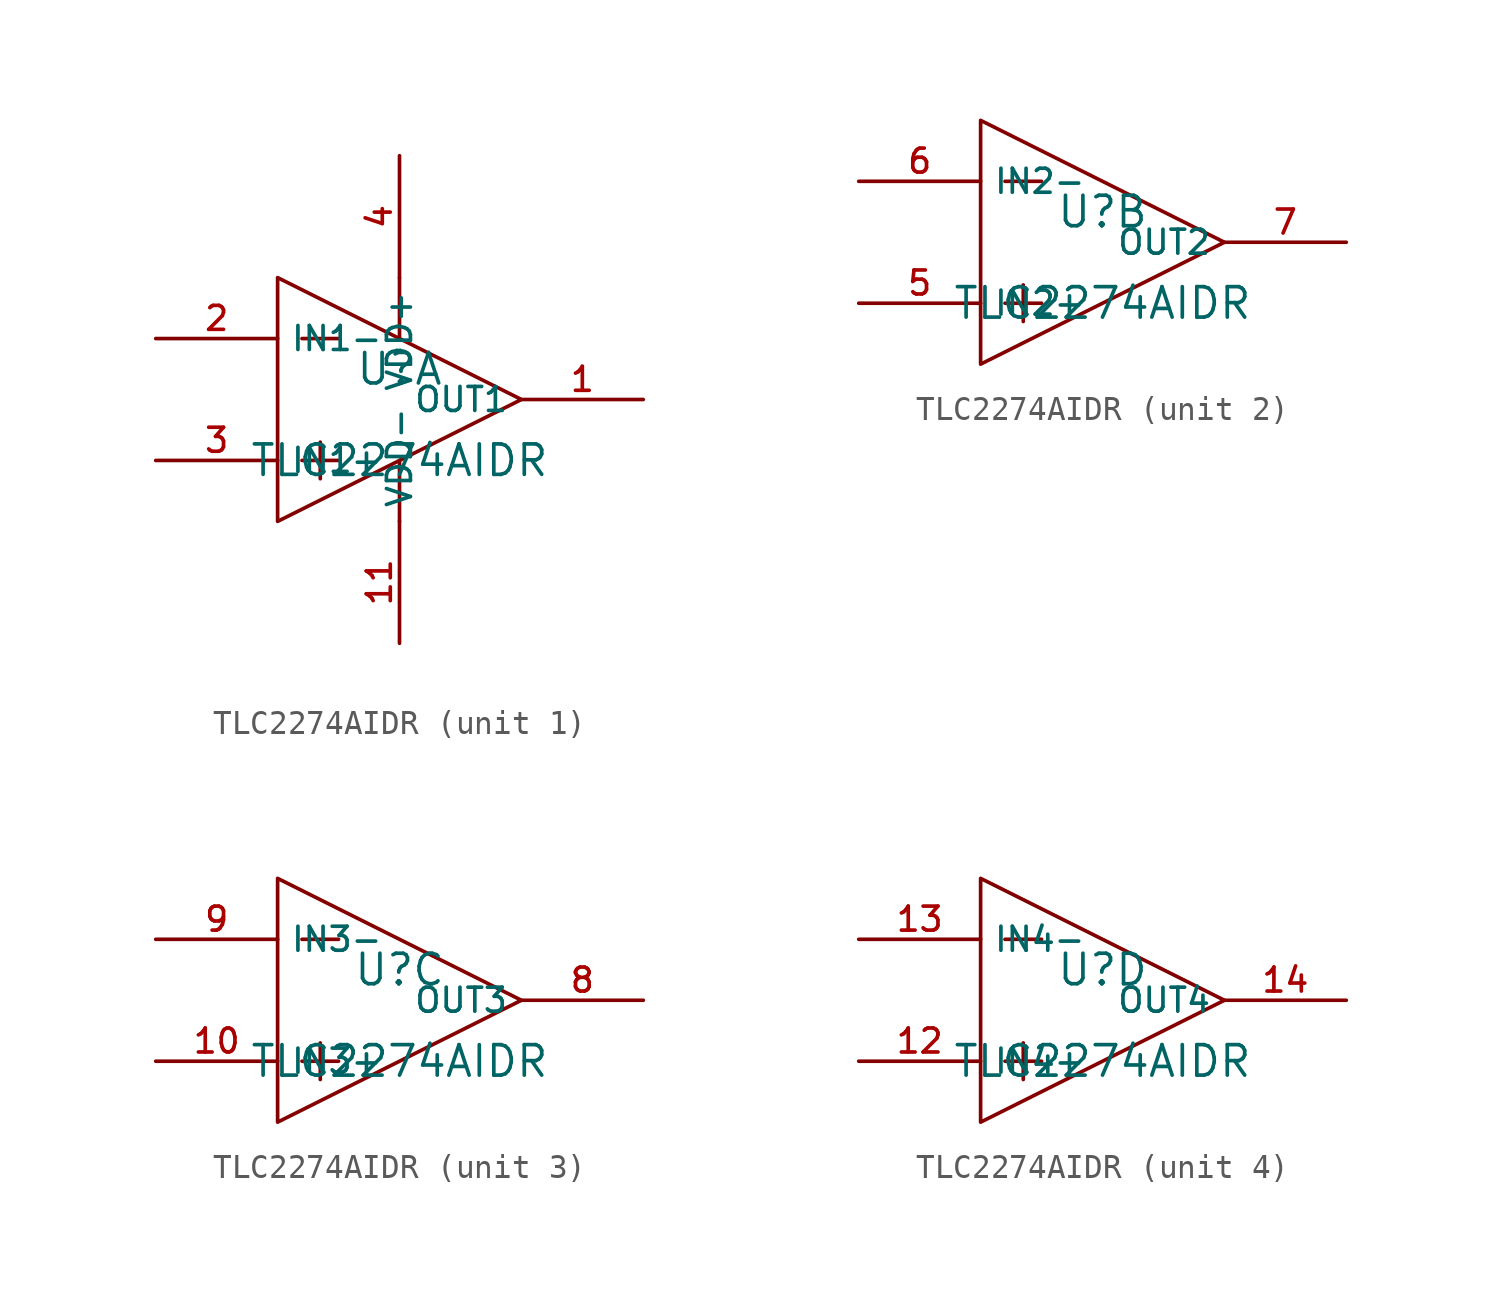
<source format=kicad_sym>
(kicad_symbol_lib
  (version 20210201)
  (generator TousstNicolas/JLC2KiCad_lib)
  (symbol "TLC2274AIDR"
    (property "Reference" "U"
      (at 0 1.27 0)
      (effects (font (size 1.27 1.27))))
    (property "Value" "TLC2274AIDR"
      (at 0 -2.54 0)
      (effects (font (size 1.27 1.27))))
    (symbol "TLC2274AIDR_1_1"
      (polyline (pts (xy -5.08 -5.08) (xy 5.08 -0.0) (xy -5.08 5.08) (xy -5.08 -5.08)) (stroke (width 0) (type default) (color 0 0 0 0)) (fill (type none)))
      (polyline (pts (xy -4.064 2.54) (xy -2.54 2.54)) (stroke (width 0) (type default) (color 0 0 0 0)) (fill (type none)))
      (polyline (pts (xy -4.064 -2.54) (xy -2.54 -2.54)) (stroke (width 0) (type default) (color 0 0 0 0)) (fill (type none)))
      (polyline (pts (xy -3.302 -1.778) (xy -3.302 -3.302)) (stroke (width 0) (type default) (color 0 0 0 0)) (fill (type none)))
      (polyline (pts (xy 0.0 -2.54) (xy 0.0 -5.08)) (stroke (width 0) (type default) (color 0 0 0 0)) (fill (type none)))
      (polyline (pts (xy 0.0 5.08) (xy 0.0 2.54)) (stroke (width 0) (type default) (color 0 0 0 0)) (fill (type none)))
      (pin output line (at 10.16 -0.0 180) (length 5.08) (name "OUT1" (effects (font (size 1 1)))) (number "1" (effects (font (size 1 1)))))
      (pin unspecified line (at -10.16 2.54 0) (length 5.08) (name "IN1-" (effects (font (size 1 1)))) (number "2" (effects (font (size 1 1)))))
      (pin unspecified line (at -10.16 -2.54 0) (length 5.08) (name "IN1+" (effects (font (size 1 1)))) (number "3" (effects (font (size 1 1)))))
      (pin power_in line (at 0.0 10.16 270) (length 5.08) (name "VDD+" (effects (font (size 1 1)))) (number "4" (effects (font (size 1 1)))))
      (pin power_in line (at 0.0 -10.16 90) (length 5.08) (name "VDD-" (effects (font (size 1 1)))) (number "11" (effects (font (size 1 1))))))
    (symbol "TLC2274AIDR_2_1"
      (polyline (pts (xy -5.08 -5.08) (xy 5.08 -0.0) (xy -5.08 5.08) (xy -5.08 -5.08)) (stroke (width 0) (type default) (color 0 0 0 0)) (fill (type none)))
      (polyline (pts (xy -4.064 2.54) (xy -2.54 2.54)) (stroke (width 0) (type default) (color 0 0 0 0)) (fill (type none)))
      (polyline (pts (xy -4.064 -2.54) (xy -2.54 -2.54)) (stroke (width 0) (type default) (color 0 0 0 0)) (fill (type none)))
      (polyline (pts (xy -3.302 -1.778) (xy -3.302 -3.302)) (stroke (width 0) (type default) (color 0 0 0 0)) (fill (type none)))
      (pin unspecified line (at -10.16 -2.54 0) (length 5.08) (name "IN2+" (effects (font (size 1 1)))) (number "5" (effects (font (size 1 1)))))
      (pin unspecified line (at -10.16 2.54 0) (length 5.08) (name "IN2-" (effects (font (size 1 1)))) (number "6" (effects (font (size 1 1)))))
      (pin output line (at 10.16 -0.0 180) (length 5.08) (name "OUT2" (effects (font (size 1 1)))) (number "7" (effects (font (size 1 1))))))
    (symbol "TLC2274AIDR_3_1"
      (polyline (pts (xy -5.08 -5.08) (xy 5.08 -0.0) (xy -5.08 5.08) (xy -5.08 -5.08)) (stroke (width 0) (type default) (color 0 0 0 0)) (fill (type none)))
      (polyline (pts (xy -4.064 2.54) (xy -2.54 2.54)) (stroke (width 0) (type default) (color 0 0 0 0)) (fill (type none)))
      (polyline (pts (xy -4.064 -2.54) (xy -2.54 -2.54)) (stroke (width 0) (type default) (color 0 0 0 0)) (fill (type none)))
      (polyline (pts (xy -3.302 -1.778) (xy -3.302 -3.302)) (stroke (width 0) (type default) (color 0 0 0 0)) (fill (type none)))
      (pin output line (at 10.16 -0.0 180) (length 5.08) (name "OUT3" (effects (font (size 1 1)))) (number "8" (effects (font (size 1 1)))))
      (pin unspecified line (at -10.16 2.54 0) (length 5.08) (name "IN3-" (effects (font (size 1 1)))) (number "9" (effects (font (size 1 1)))))
      (pin unspecified line (at -10.16 -2.54 0) (length 5.08) (name "IN3+" (effects (font (size 1 1)))) (number "10" (effects (font (size 1 1))))))
    (symbol "TLC2274AIDR_4_1"
      (polyline (pts (xy -5.08 -5.08) (xy 5.08 -0.0) (xy -5.08 5.08) (xy -5.08 -5.08)) (stroke (width 0) (type default) (color 0 0 0 0)) (fill (type none)))
      (polyline (pts (xy -4.064 2.54) (xy -2.54 2.54)) (stroke (width 0) (type default) (color 0 0 0 0)) (fill (type none)))
      (polyline (pts (xy -4.064 -2.54) (xy -2.54 -2.54)) (stroke (width 0) (type default) (color 0 0 0 0)) (fill (type none)))
      (polyline (pts (xy -3.302 -1.778) (xy -3.302 -3.302)) (stroke (width 0) (type default) (color 0 0 0 0)) (fill (type none)))
      (pin unspecified line (at -10.16 -2.54 0) (length 5.08) (name "IN4+" (effects (font (size 1 1)))) (number "12" (effects (font (size 1 1)))))
      (pin unspecified line (at -10.16 2.54 0) (length 5.08) (name "IN4-" (effects (font (size 1 1)))) (number "13" (effects (font (size 1 1)))))
      (pin output line (at 10.16 -0.0 180) (length 5.08) (name "OUT4" (effects (font (size 1 1)))) (number "14" (effects (font (size 1 1))))))))
</source>
